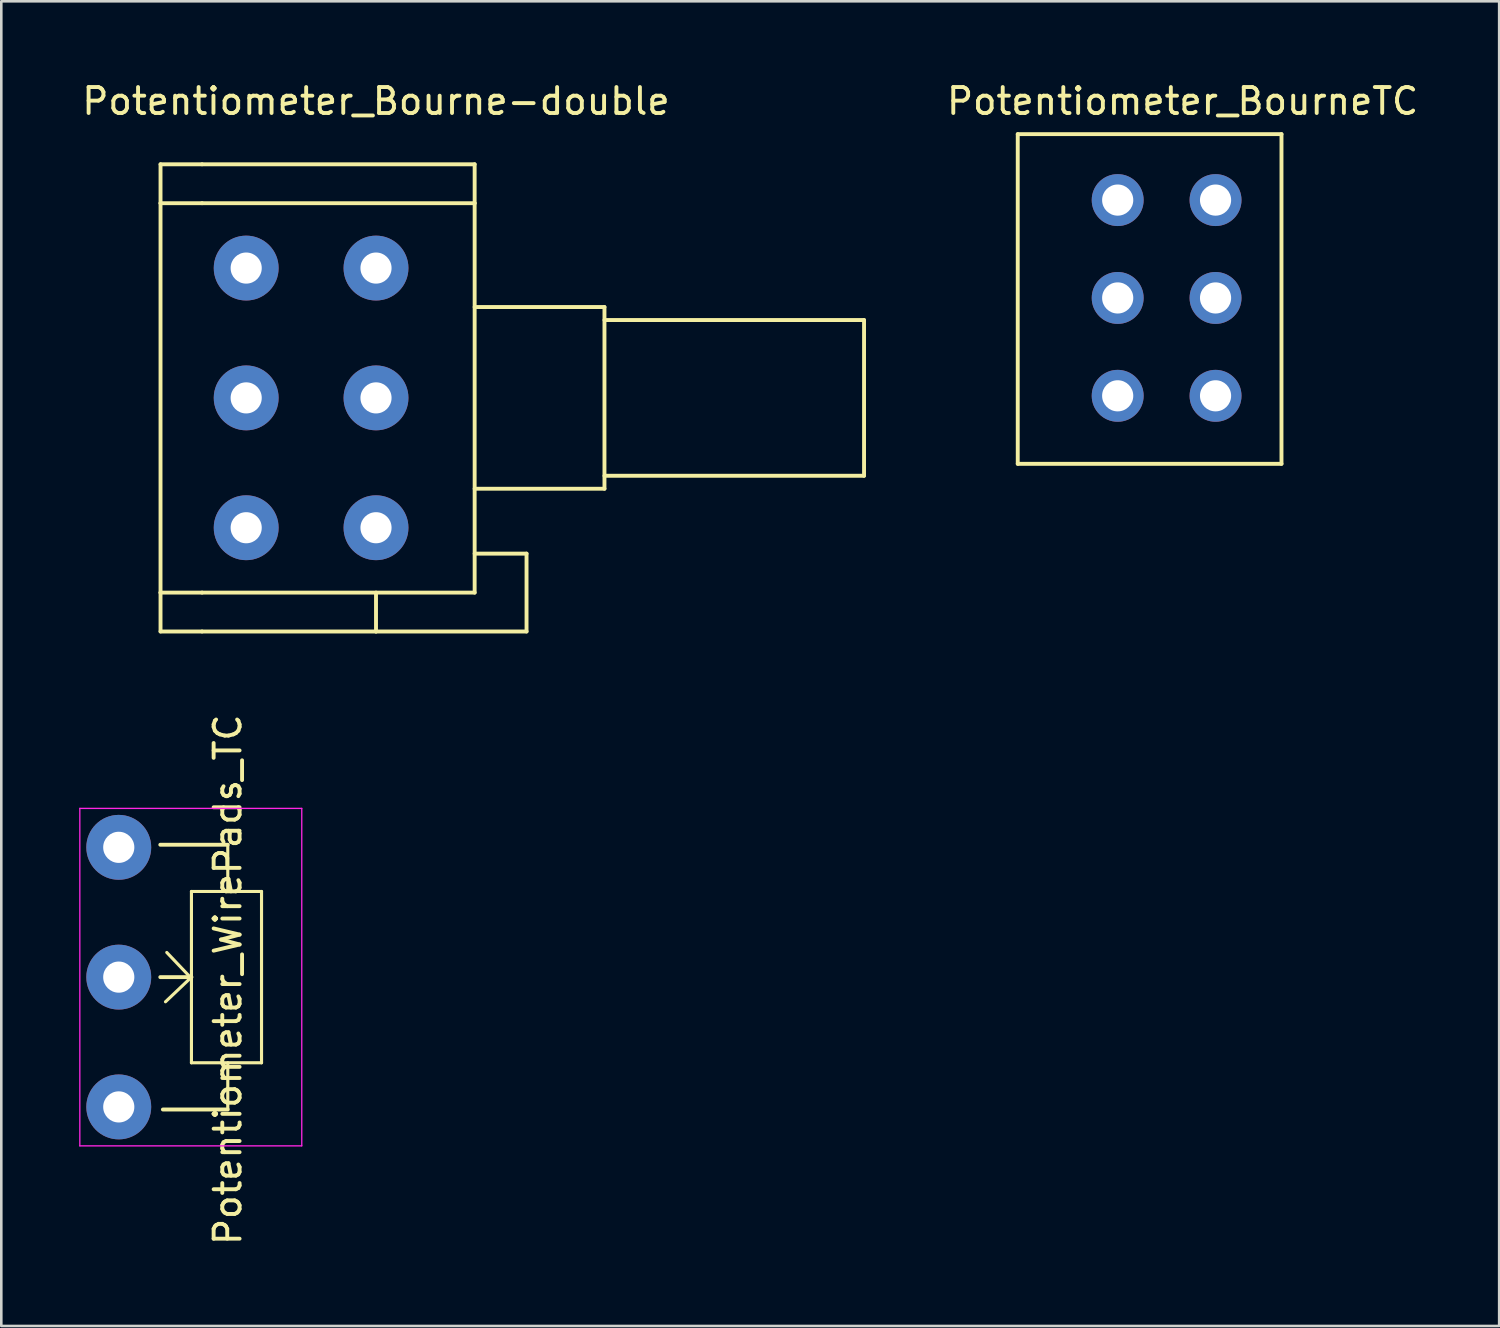
<source format=kicad_pcb>
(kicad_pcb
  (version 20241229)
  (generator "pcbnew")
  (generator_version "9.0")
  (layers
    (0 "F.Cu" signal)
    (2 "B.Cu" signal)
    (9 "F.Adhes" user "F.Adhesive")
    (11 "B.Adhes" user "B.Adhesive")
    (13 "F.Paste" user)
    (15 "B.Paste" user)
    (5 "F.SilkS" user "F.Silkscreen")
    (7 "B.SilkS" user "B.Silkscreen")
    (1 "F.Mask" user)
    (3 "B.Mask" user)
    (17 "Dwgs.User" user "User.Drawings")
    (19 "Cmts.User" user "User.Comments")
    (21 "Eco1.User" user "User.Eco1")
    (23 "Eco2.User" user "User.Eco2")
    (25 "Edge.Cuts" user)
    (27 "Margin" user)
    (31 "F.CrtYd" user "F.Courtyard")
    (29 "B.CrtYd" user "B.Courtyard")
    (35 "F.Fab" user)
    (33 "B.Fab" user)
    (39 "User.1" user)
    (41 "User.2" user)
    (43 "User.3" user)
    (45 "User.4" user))
  (footprint "Potentiometer_BourneTC"
    (layer "F.Cu")
    (at 43.777 4.658)
    (property "Reference" "Potentiometer_BourneTC" (at -1.27 -3.81 0) (layer "F.SilkS") (effects (font (size 1 1) (thickness 0.15))))
    (attr through_hole)
    (fp_line (start -7.62 -2.54) (end 2.54 -2.54) (stroke (width 0.15) (type solid)) (layer "F.SilkS"))
    (fp_line (start -7.62 10.16) (end -7.62 -2.54) (stroke (width 0.15) (type solid)) (layer "F.SilkS"))
    (fp_line (start -7.62 10.16) (end 2.54 10.16) (stroke (width 0.15) (type solid)) (layer "F.SilkS"))
    (fp_line (start 2.54 -2.54) (end 2.54 10.16) (stroke (width 0.15) (type solid)) (layer "F.SilkS"))
    (pad "1" thru_hole circle (at 0 0) (size 2 2) (drill 1.2) (layers "*.Cu" "*.Mask"))
    (pad "2" thru_hole circle (at 0 3.77) (size 2 2) (drill 1.2) (layers "*.Cu" "*.Mask"))
    (pad "3" thru_hole circle (at 0 7.54) (size 2 2) (drill 1.2) (layers "*.Cu" "*.Mask"))
    (pad "4" thru_hole circle (at -3.77 0) (size 2 2) (drill 1.2) (layers "*.Cu" "*.Mask"))
    (pad "5" thru_hole circle (at -3.77 3.77) (size 2 2) (drill 1.2) (layers "*.Cu" "*.Mask"))
    (pad "6" thru_hole circle (at -3.77 7.54) (size 2 2) (drill 1.2) (layers "*.Cu" "*.Mask")))
  (footprint "Potentiometer_WirePads_TC"
    (layer "F.Cu")
    (at 1.525 29.592)
    (property "Reference" "Potentiometer_WirePads_TC" (at 4.2 5.1 90) (layer "F.SilkS") (effects (font (size 1 1) (thickness 0.15))))
    (attr through_hole)
    (fp_line (start 2.8 1.7) (end 5.5 1.7) (stroke (width 0.12) (type solid)) (layer "F.SilkS"))
    (fp_line (start 2.8 5) (end 1.6 5) (stroke (width 0.15) (type solid)) (layer "F.SilkS"))
    (fp_line (start 2.8 5) (end 1.8 5.95) (stroke (width 0.12) (type solid)) (layer "F.SilkS"))
    (fp_line (start 2.8 5.05) (end 1.85 4.05) (stroke (width 0.12) (type solid)) (layer "F.SilkS"))
    (fp_line (start 2.8 8.3) (end 2.8 1.7) (stroke (width 0.12) (type solid)) (layer "F.SilkS"))
    (fp_line (start 4.2 -0.1) (end 1.6 -0.1) (stroke (width 0.15) (type solid)) (layer "F.SilkS"))
    (fp_line (start 4.2 1.7) (end 4.2 -0.05) (stroke (width 0.12) (type solid)) (layer "F.SilkS"))
    (fp_line (start 4.2 8.3) (end 4.2 10.05) (stroke (width 0.12) (type solid)) (layer "F.SilkS"))
    (fp_line (start 4.2 10.1) (end 1.7 10.1) (stroke (width 0.15) (type solid)) (layer "F.SilkS"))
    (fp_line (start 5.5 1.7) (end 5.5 8.3) (stroke (width 0.12) (type solid)) (layer "F.SilkS"))
    (fp_line (start 5.5 8.3) (end 2.8 8.3) (stroke (width 0.12) (type solid)) (layer "F.SilkS"))
    (fp_line (start -1.5 -1.5) (end -1.5 11.5) (stroke (width 0.05) (type solid)) (layer "F.CrtYd"))
    (fp_line (start -1.5 -1.5) (end 7.05 -1.5) (stroke (width 0.05) (type solid)) (layer "F.CrtYd"))
    (fp_line (start 7.05 11.5) (end -1.5 11.5) (stroke (width 0.05) (type solid)) (layer "F.CrtYd"))
    (fp_line (start 7.05 11.5) (end 7.05 -1.5) (stroke (width 0.05) (type solid)) (layer "F.CrtYd"))
    (pad "1" thru_hole circle (at 0 0) (size 2.5 2.5) (drill 1.2) (layers "*.Cu" "*.Mask"))
    (pad "2" thru_hole circle (at 0 5) (size 2.5 2.5) (drill 1.2) (layers "*.Cu" "*.Mask"))
    (pad "3" thru_hole circle (at 0 10) (size 2.5 2.5) (drill 1.2) (layers "*.Cu" "*.Mask")))
  (footprint "Potentiometer_Bourne-double"
    (layer "F.Cu")
    (at 11.435 7.277)
    (property "Reference" "Potentiometer_Bourne-double" (at 0 -6.429 0) (layer "F.SilkS") (effects (font (size 1 1) (thickness 0.15))))
    (attr through_hole)
    (fp_line (start -8.301 -3.998) (end -8.301 -2.499) (stroke (width 0.15) (type solid)) (layer "F.SilkS"))
    (fp_line (start -8.301 -2.499) (end -8.301 12.502) (stroke (width 0.15) (type solid)) (layer "F.SilkS"))
    (fp_line (start -8.301 12.502) (end -6.701 12.502) (stroke (width 0.15) (type solid)) (layer "F.SilkS"))
    (fp_line (start -8.301 14) (end -8.301 12.502) (stroke (width 0.15) (type solid)) (layer "F.SilkS"))
    (fp_line (start -6.701 -3.998) (end -8.301 -3.998) (stroke (width 0.15) (type solid)) (layer "F.SilkS"))
    (fp_line (start -6.701 -2.499) (end -8.301 -2.499) (stroke (width 0.15) (type solid)) (layer "F.SilkS"))
    (fp_line (start -6.701 12.502) (end 3.8 12.502) (stroke (width 0.15) (type solid)) (layer "F.SilkS"))
    (fp_line (start -6.701 14) (end -8.301 14) (stroke (width 0.15) (type solid)) (layer "F.SilkS"))
    (fp_line (start 0 14) (end -6.701 14) (stroke (width 0.15) (type solid)) (layer "F.SilkS"))
    (fp_line (start 0 14) (end 0 12.502) (stroke (width 0.15) (type solid)) (layer "F.SilkS"))
    (fp_line (start 3.8 -3.998) (end -6.701 -3.998) (stroke (width 0.15) (type solid)) (layer "F.SilkS"))
    (fp_line (start 3.8 -2.499) (end -6.701 -2.499) (stroke (width 0.15) (type solid)) (layer "F.SilkS"))
    (fp_line (start 3.8 -2.499) (end 3.8 -3.998) (stroke (width 0.15) (type solid)) (layer "F.SilkS"))
    (fp_line (start 3.8 1.501) (end 8.801 1.501) (stroke (width 0.15) (type solid)) (layer "F.SilkS"))
    (fp_line (start 3.8 11.001) (end 5.799 11.001) (stroke (width 0.15) (type solid)) (layer "F.SilkS"))
    (fp_line (start 3.8 12.502) (end 3.8 -2.499) (stroke (width 0.15) (type solid)) (layer "F.SilkS"))
    (fp_line (start 5.799 11.001) (end 5.799 14) (stroke (width 0.15) (type solid)) (layer "F.SilkS"))
    (fp_line (start 5.799 14) (end 0 14) (stroke (width 0.15) (type solid)) (layer "F.SilkS"))
    (fp_line (start 8.801 1.501) (end 8.801 8.501) (stroke (width 0.15) (type solid)) (layer "F.SilkS"))
    (fp_line (start 8.801 2.002) (end 18.801 2.002) (stroke (width 0.15) (type solid)) (layer "F.SilkS"))
    (fp_line (start 8.801 8.501) (end 3.8 8.501) (stroke (width 0.15) (type solid)) (layer "F.SilkS"))
    (fp_line (start 18.801 2.002) (end 18.801 8.001) (stroke (width 0.15) (type solid)) (layer "F.SilkS"))
    (fp_line (start 18.801 8.001) (end 8.801 8.001) (stroke (width 0.15) (type solid)) (layer "F.SilkS"))
    (pad "11" thru_hole circle (at 0 0) (size 2.499 2.499) (drill 1.199) (layers "*.Cu" "*.Mask"))
    (pad "12" thru_hole circle (at 0 5.001) (size 2.499 2.499) (drill 1.199) (layers "*.Cu" "*.Mask"))
    (pad "13" thru_hole circle (at 0 10.003) (size 2.499 2.499) (drill 1.199) (layers "*.Cu" "*.Mask"))
    (pad "21" thru_hole circle (at -5.001 0) (size 2.499 2.499) (drill 1.199) (layers "*.Cu" "*.Mask"))
    (pad "22" thru_hole circle (at -5.001 5.001) (size 2.499 2.499) (drill 1.199) (layers "*.Cu" "*.Mask"))
    (pad "23" thru_hole circle (at -5.001 10.003) (size 2.499 2.499) (drill 1.199) (layers "*.Cu" "*.Mask")))
  (gr_rect
    (start -3 -3)
    (end 54.703 48.031)
    (stroke (width 0.1) (type default))
    (fill no)
    (layer "Edge.Cuts")))
</source>
